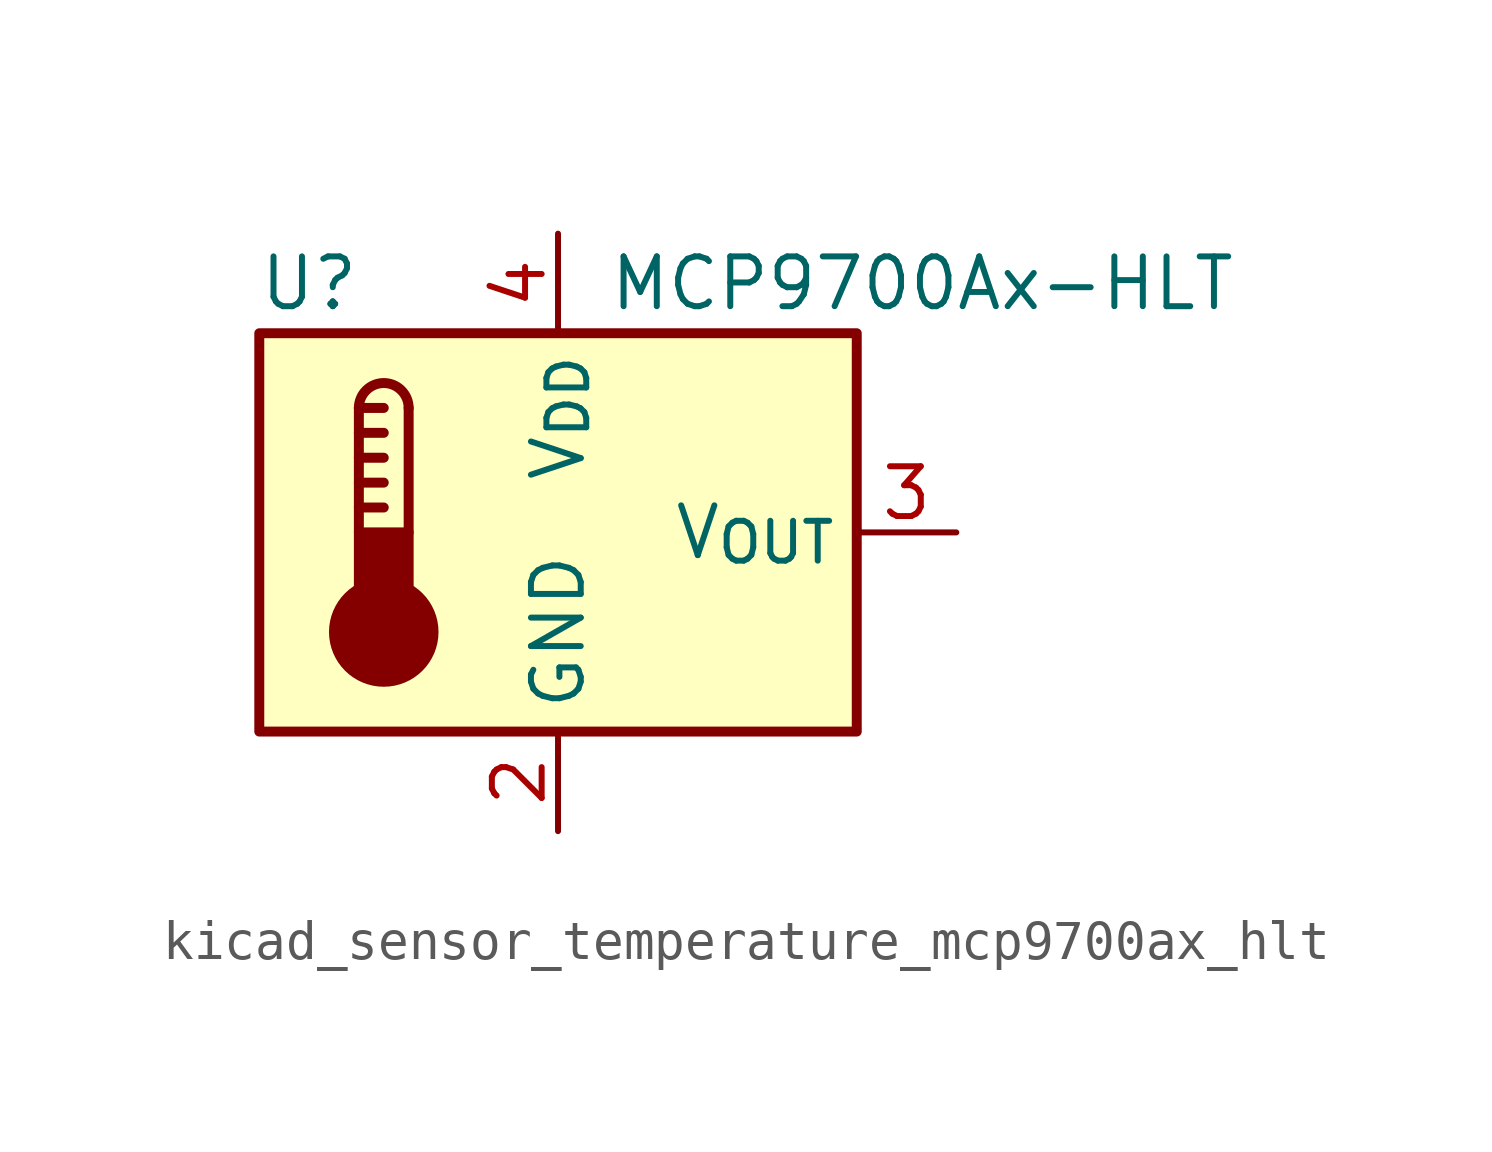
<source format=kicad_sym>
(kicad_symbol_lib
  (version 20220914)
  (generator kicad_symbol_editor)
  (symbol "kicad_sensor_temperature_mcp9700ax_hlt"
    (property "Reference" "U"
      (at -6.35 6.35 0)
      (effects (font (size 1.27 1.27))))
    (property "Value" "MCP9700Ax-HLT"
      (at 1.27 6.35 0)
      (effects (font (size 1.27 1.27)) (justify left)))
    (symbol "kicad_sensor_temperature_mcp9700ax_hlt_0_1"
      (rectangle (start -7.62 5.08) (end 7.62 -5.08) (stroke (width 0.254) (type default)) (fill (type background)))
      (circle (center -4.445 -2.54) (radius 1.27) (stroke (width 0.254) (type default)) (fill (type outline)))
      (rectangle (start -3.81 -1.905) (end -5.08 0) (stroke (width 0.254) (type default)) (fill (type outline)))
      (arc (start -3.81 3.175) (mid -4.445 3.8073) (end -5.08 3.175) (stroke (width 0.254) (type default)) (fill (type none)))
      (polyline (pts (xy -5.08 0.635) (xy -4.445 0.635)) (stroke (width 0.254) (type default)) (fill (type none)))
      (polyline (pts (xy -5.08 1.27) (xy -4.445 1.27)) (stroke (width 0.254) (type default)) (fill (type none)))
      (polyline (pts (xy -5.08 1.905) (xy -4.445 1.905)) (stroke (width 0.254) (type default)) (fill (type none)))
      (polyline (pts (xy -5.08 2.54) (xy -4.445 2.54)) (stroke (width 0.254) (type default)) (fill (type none)))
      (polyline (pts (xy -5.08 3.175) (xy -5.08 0)) (stroke (width 0.254) (type default)) (fill (type none)))
      (polyline (pts (xy -5.08 3.175) (xy -4.445 3.175)) (stroke (width 0.254) (type default)) (fill (type none)))
      (polyline (pts (xy -3.81 3.175) (xy -3.81 0)) (stroke (width 0.254) (type default)) (fill (type none))))
    (symbol "kicad_sensor_temperature_mcp9700ax_hlt_1_1"
      (pin no_connect line (at 7.62 -2.54 180) (length 2.54) hide (name "NC" (effects (font (size 1.27 1.27)))) (number "1" (effects (font (size 1.27 1.27)))))
      (pin power_in line (at 0 -7.62 90) (length 2.54) (name "GND" (effects (font (size 1.27 1.27)))) (number "2" (effects (font (size 1.27 1.27)))))
      (pin output line (at 10.16 0 180) (length 2.54) (name "V_{OUT}" (effects (font (size 1.27 1.27)))) (number "3" (effects (font (size 1.27 1.27)))))
      (pin power_in line (at 0 7.62 270) (length 2.54) (name "V_{DD}" (effects (font (size 1.27 1.27)))) (number "4" (effects (font (size 1.27 1.27)))))
      (pin no_connect line (at 7.62 2.54 180) (length 2.54) hide (name "NC" (effects (font (size 1.27 1.27)))) (number "5" (effects (font (size 1.27 1.27))))))))
</source>
